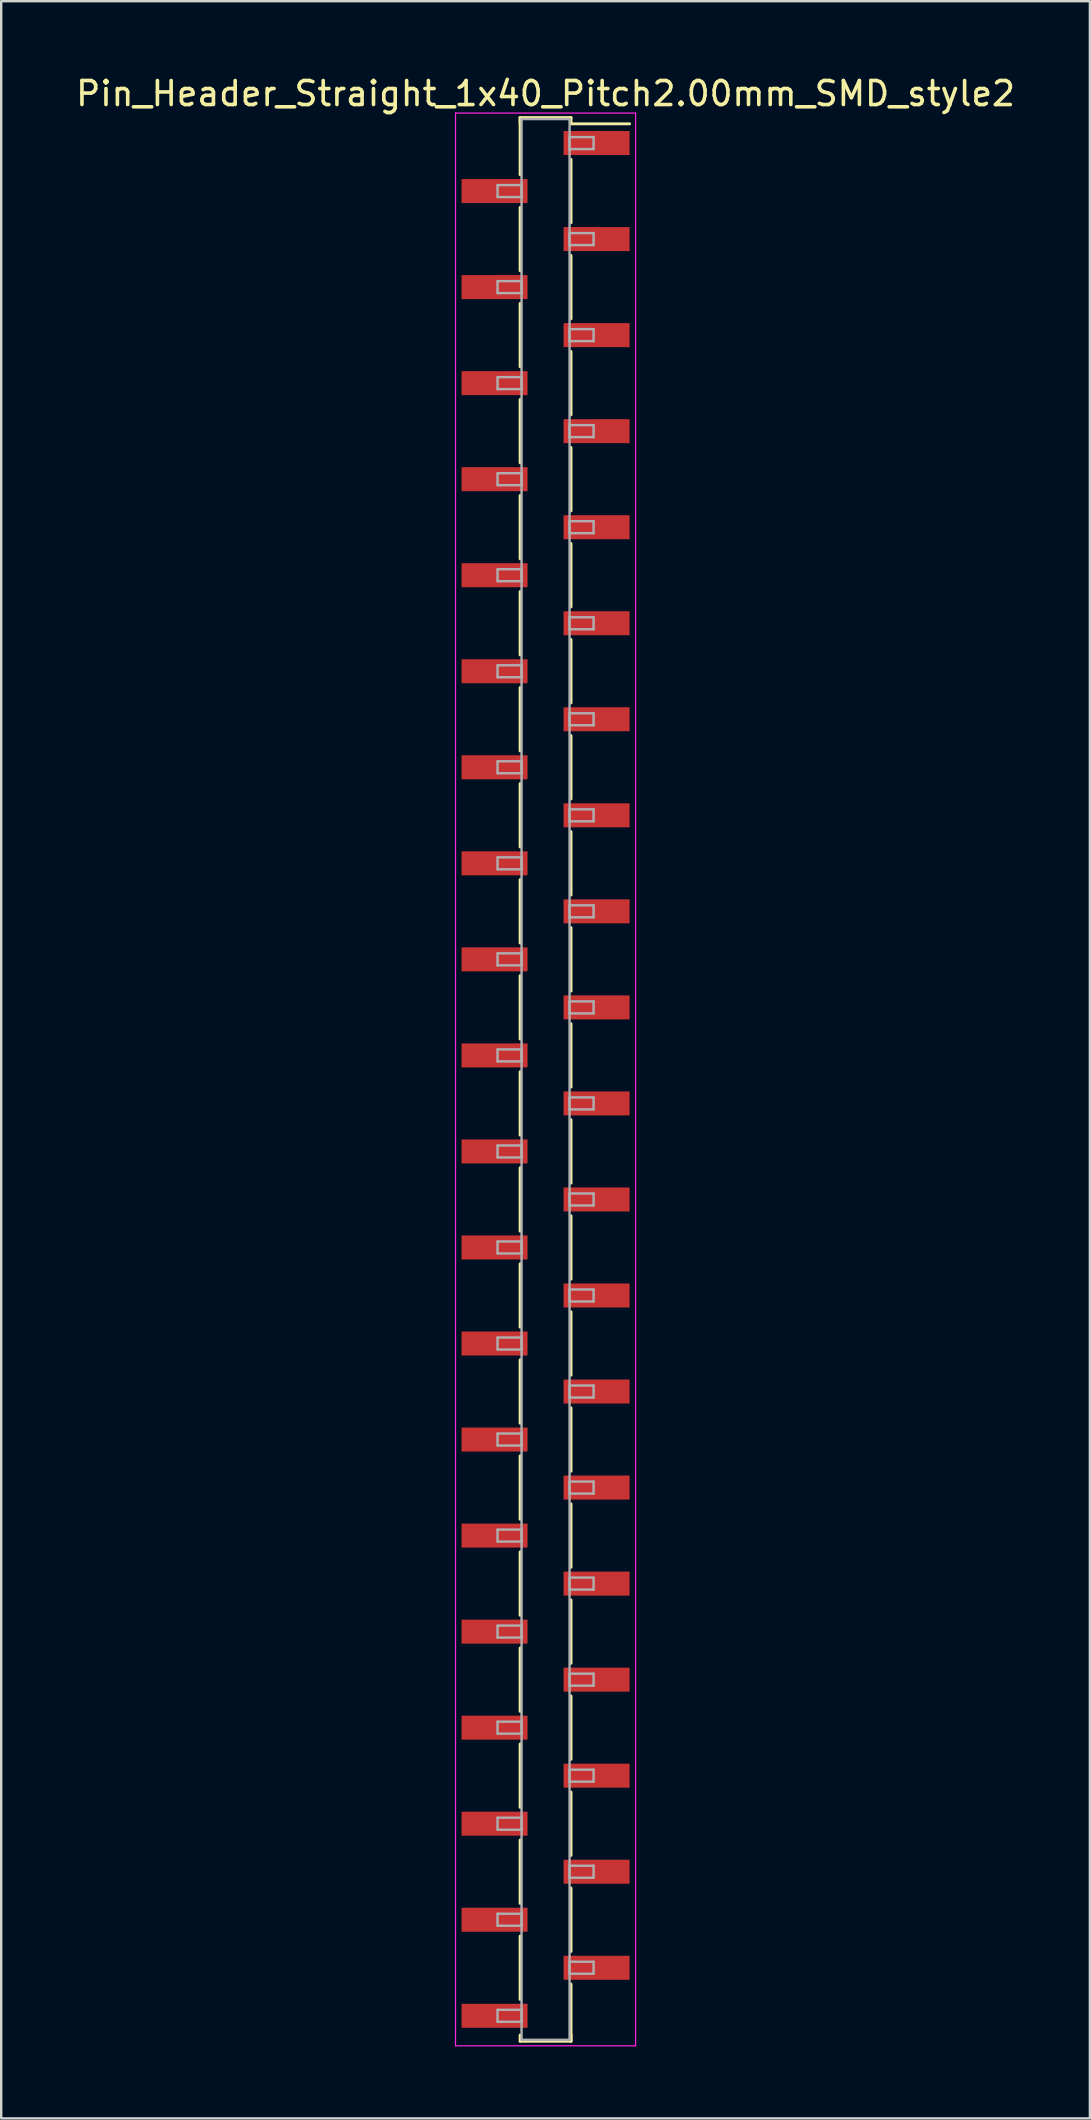
<source format=kicad_pcb>
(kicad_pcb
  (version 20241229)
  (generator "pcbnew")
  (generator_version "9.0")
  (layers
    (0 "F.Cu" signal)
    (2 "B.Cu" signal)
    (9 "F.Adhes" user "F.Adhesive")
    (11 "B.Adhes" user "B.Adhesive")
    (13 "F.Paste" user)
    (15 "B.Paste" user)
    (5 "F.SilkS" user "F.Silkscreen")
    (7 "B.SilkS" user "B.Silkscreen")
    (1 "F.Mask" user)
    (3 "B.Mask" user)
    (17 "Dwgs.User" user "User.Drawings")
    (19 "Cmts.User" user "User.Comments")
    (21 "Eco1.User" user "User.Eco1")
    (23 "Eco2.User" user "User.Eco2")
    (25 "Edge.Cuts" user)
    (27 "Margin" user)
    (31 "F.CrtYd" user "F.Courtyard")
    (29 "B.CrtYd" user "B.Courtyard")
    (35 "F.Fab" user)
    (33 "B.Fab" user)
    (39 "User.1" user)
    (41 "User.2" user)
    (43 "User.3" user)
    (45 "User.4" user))
  (footprint "Pin_Header_Straight_1x40_Pitch2.00mm_SMD_style2"
    (layer "F.Cu")
    (at 19.673 41.908)
    (property "Reference" "Pin_Header_Straight_1x40_Pitch2.00mm_SMD_style2" (at 0 -41.06 0) (layer "F.SilkS") (effects (font (size 1 1) (thickness 0.15))))
    (attr smd)
    (fp_line (start -1.06 -40.06) (end -1.06 -37.68) (stroke (width 0.12) (type solid)) (layer "F.SilkS"))
    (fp_line (start -1.06 -40.06) (end 1.06 -40.06) (stroke (width 0.12) (type solid)) (layer "F.SilkS"))
    (fp_line (start -1.06 -39.8) (end -1.06 -40.06) (stroke (width 0.12) (type solid)) (layer "F.SilkS"))
    (fp_line (start -1.06 -36.32) (end -1.06 -33.68) (stroke (width 0.12) (type solid)) (layer "F.SilkS"))
    (fp_line (start -1.06 -32.32) (end -1.06 -29.68) (stroke (width 0.12) (type solid)) (layer "F.SilkS"))
    (fp_line (start -1.06 -28.32) (end -1.06 -25.68) (stroke (width 0.12) (type solid)) (layer "F.SilkS"))
    (fp_line (start -1.06 -24.32) (end -1.06 -21.68) (stroke (width 0.12) (type solid)) (layer "F.SilkS"))
    (fp_line (start -1.06 -20.32) (end -1.06 -17.68) (stroke (width 0.12) (type solid)) (layer "F.SilkS"))
    (fp_line (start -1.06 -16.32) (end -1.06 -13.68) (stroke (width 0.12) (type solid)) (layer "F.SilkS"))
    (fp_line (start -1.06 -12.32) (end -1.06 -9.68) (stroke (width 0.12) (type solid)) (layer "F.SilkS"))
    (fp_line (start -1.06 -8.32) (end -1.06 -5.68) (stroke (width 0.12) (type solid)) (layer "F.SilkS"))
    (fp_line (start -1.06 -4.32) (end -1.06 -1.68) (stroke (width 0.12) (type solid)) (layer "F.SilkS"))
    (fp_line (start -1.06 -0.32) (end -1.06 2.32) (stroke (width 0.12) (type solid)) (layer "F.SilkS"))
    (fp_line (start -1.06 3.68) (end -1.06 6.32) (stroke (width 0.12) (type solid)) (layer "F.SilkS"))
    (fp_line (start -1.06 7.68) (end -1.06 10.32) (stroke (width 0.12) (type solid)) (layer "F.SilkS"))
    (fp_line (start -1.06 11.68) (end -1.06 14.32) (stroke (width 0.12) (type solid)) (layer "F.SilkS"))
    (fp_line (start -1.06 15.68) (end -1.06 18.32) (stroke (width 0.12) (type solid)) (layer "F.SilkS"))
    (fp_line (start -1.06 19.68) (end -1.06 22.32) (stroke (width 0.12) (type solid)) (layer "F.SilkS"))
    (fp_line (start -1.06 23.68) (end -1.06 26.32) (stroke (width 0.12) (type solid)) (layer "F.SilkS"))
    (fp_line (start -1.06 27.68) (end -1.06 30.32) (stroke (width 0.12) (type solid)) (layer "F.SilkS"))
    (fp_line (start -1.06 31.68) (end -1.06 34.32) (stroke (width 0.12) (type solid)) (layer "F.SilkS"))
    (fp_line (start -1.06 35.68) (end -1.06 38.32) (stroke (width 0.12) (type solid)) (layer "F.SilkS"))
    (fp_line (start -1.06 39.8) (end -1.06 40.06) (stroke (width 0.12) (type solid)) (layer "F.SilkS"))
    (fp_line (start -1.06 40.06) (end 1.06 40.06) (stroke (width 0.12) (type solid)) (layer "F.SilkS"))
    (fp_line (start 1.06 -40.06) (end 1.06 -39.8) (stroke (width 0.12) (type solid)) (layer "F.SilkS"))
    (fp_line (start 1.06 -39.8) (end 3.5 -39.8) (stroke (width 0.12) (type solid)) (layer "F.SilkS"))
    (fp_line (start 1.06 -38.32) (end 1.06 -35.68) (stroke (width 0.12) (type solid)) (layer "F.SilkS"))
    (fp_line (start 1.06 -34.32) (end 1.06 -31.68) (stroke (width 0.12) (type solid)) (layer "F.SilkS"))
    (fp_line (start 1.06 -30.32) (end 1.06 -27.68) (stroke (width 0.12) (type solid)) (layer "F.SilkS"))
    (fp_line (start 1.06 -26.32) (end 1.06 -23.68) (stroke (width 0.12) (type solid)) (layer "F.SilkS"))
    (fp_line (start 1.06 -22.32) (end 1.06 -19.68) (stroke (width 0.12) (type solid)) (layer "F.SilkS"))
    (fp_line (start 1.06 -18.32) (end 1.06 -15.68) (stroke (width 0.12) (type solid)) (layer "F.SilkS"))
    (fp_line (start 1.06 -14.32) (end 1.06 -11.68) (stroke (width 0.12) (type solid)) (layer "F.SilkS"))
    (fp_line (start 1.06 -10.32) (end 1.06 -7.68) (stroke (width 0.12) (type solid)) (layer "F.SilkS"))
    (fp_line (start 1.06 -6.32) (end 1.06 -3.68) (stroke (width 0.12) (type solid)) (layer "F.SilkS"))
    (fp_line (start 1.06 -2.32) (end 1.06 0.32) (stroke (width 0.12) (type solid)) (layer "F.SilkS"))
    (fp_line (start 1.06 1.68) (end 1.06 4.32) (stroke (width 0.12) (type solid)) (layer "F.SilkS"))
    (fp_line (start 1.06 5.68) (end 1.06 8.32) (stroke (width 0.12) (type solid)) (layer "F.SilkS"))
    (fp_line (start 1.06 9.68) (end 1.06 12.32) (stroke (width 0.12) (type solid)) (layer "F.SilkS"))
    (fp_line (start 1.06 13.68) (end 1.06 16.32) (stroke (width 0.12) (type solid)) (layer "F.SilkS"))
    (fp_line (start 1.06 17.68) (end 1.06 20.32) (stroke (width 0.12) (type solid)) (layer "F.SilkS"))
    (fp_line (start 1.06 21.68) (end 1.06 24.32) (stroke (width 0.12) (type solid)) (layer "F.SilkS"))
    (fp_line (start 1.06 25.68) (end 1.06 28.32) (stroke (width 0.12) (type solid)) (layer "F.SilkS"))
    (fp_line (start 1.06 29.68) (end 1.06 32.32) (stroke (width 0.12) (type solid)) (layer "F.SilkS"))
    (fp_line (start 1.06 33.68) (end 1.06 36.32) (stroke (width 0.12) (type solid)) (layer "F.SilkS"))
    (fp_line (start 1.06 37.68) (end 1.06 40.06) (stroke (width 0.12) (type solid)) (layer "F.SilkS"))
    (fp_line (start 1.06 40.06) (end 1.06 39.8) (stroke (width 0.12) (type solid)) (layer "F.SilkS"))
    (fp_line (start -3.75 -40.25) (end -3.75 40.25) (stroke (width 0.05) (type solid)) (layer "F.CrtYd"))
    (fp_line (start -3.75 40.25) (end 3.75 40.25) (stroke (width 0.05) (type solid)) (layer "F.CrtYd"))
    (fp_line (start 3.75 -40.25) (end -3.75 -40.25) (stroke (width 0.05) (type solid)) (layer "F.CrtYd"))
    (fp_line (start 3.75 40.25) (end 3.75 -40.25) (stroke (width 0.05) (type solid)) (layer "F.CrtYd"))
    (fp_line (start -2 -37.25) (end -1 -37.25) (stroke (width 0.1) (type solid)) (layer "F.Fab"))
    (fp_line (start -2 -36.75) (end -2 -37.25) (stroke (width 0.1) (type solid)) (layer "F.Fab"))
    (fp_line (start -2 -33.25) (end -1 -33.25) (stroke (width 0.1) (type solid)) (layer "F.Fab"))
    (fp_line (start -2 -32.75) (end -2 -33.25) (stroke (width 0.1) (type solid)) (layer "F.Fab"))
    (fp_line (start -2 -29.25) (end -1 -29.25) (stroke (width 0.1) (type solid)) (layer "F.Fab"))
    (fp_line (start -2 -28.75) (end -2 -29.25) (stroke (width 0.1) (type solid)) (layer "F.Fab"))
    (fp_line (start -2 -25.25) (end -1 -25.25) (stroke (width 0.1) (type solid)) (layer "F.Fab"))
    (fp_line (start -2 -24.75) (end -2 -25.25) (stroke (width 0.1) (type solid)) (layer "F.Fab"))
    (fp_line (start -2 -21.25) (end -1 -21.25) (stroke (width 0.1) (type solid)) (layer "F.Fab"))
    (fp_line (start -2 -20.75) (end -2 -21.25) (stroke (width 0.1) (type solid)) (layer "F.Fab"))
    (fp_line (start -2 -17.25) (end -1 -17.25) (stroke (width 0.1) (type solid)) (layer "F.Fab"))
    (fp_line (start -2 -16.75) (end -2 -17.25) (stroke (width 0.1) (type solid)) (layer "F.Fab"))
    (fp_line (start -2 -13.25) (end -1 -13.25) (stroke (width 0.1) (type solid)) (layer "F.Fab"))
    (fp_line (start -2 -12.75) (end -2 -13.25) (stroke (width 0.1) (type solid)) (layer "F.Fab"))
    (fp_line (start -2 -9.25) (end -1 -9.25) (stroke (width 0.1) (type solid)) (layer "F.Fab"))
    (fp_line (start -2 -8.75) (end -2 -9.25) (stroke (width 0.1) (type solid)) (layer "F.Fab"))
    (fp_line (start -2 -5.25) (end -1 -5.25) (stroke (width 0.1) (type solid)) (layer "F.Fab"))
    (fp_line (start -2 -4.75) (end -2 -5.25) (stroke (width 0.1) (type solid)) (layer "F.Fab"))
    (fp_line (start -2 -1.25) (end -1 -1.25) (stroke (width 0.1) (type solid)) (layer "F.Fab"))
    (fp_line (start -2 -0.75) (end -2 -1.25) (stroke (width 0.1) (type solid)) (layer "F.Fab"))
    (fp_line (start -2 2.75) (end -1 2.75) (stroke (width 0.1) (type solid)) (layer "F.Fab"))
    (fp_line (start -2 3.25) (end -2 2.75) (stroke (width 0.1) (type solid)) (layer "F.Fab"))
    (fp_line (start -2 6.75) (end -1 6.75) (stroke (width 0.1) (type solid)) (layer "F.Fab"))
    (fp_line (start -2 7.25) (end -2 6.75) (stroke (width 0.1) (type solid)) (layer "F.Fab"))
    (fp_line (start -2 10.75) (end -1 10.75) (stroke (width 0.1) (type solid)) (layer "F.Fab"))
    (fp_line (start -2 11.25) (end -2 10.75) (stroke (width 0.1) (type solid)) (layer "F.Fab"))
    (fp_line (start -2 14.75) (end -1 14.75) (stroke (width 0.1) (type solid)) (layer "F.Fab"))
    (fp_line (start -2 15.25) (end -2 14.75) (stroke (width 0.1) (type solid)) (layer "F.Fab"))
    (fp_line (start -2 18.75) (end -1 18.75) (stroke (width 0.1) (type solid)) (layer "F.Fab"))
    (fp_line (start -2 19.25) (end -2 18.75) (stroke (width 0.1) (type solid)) (layer "F.Fab"))
    (fp_line (start -2 22.75) (end -1 22.75) (stroke (width 0.1) (type solid)) (layer "F.Fab"))
    (fp_line (start -2 23.25) (end -2 22.75) (stroke (width 0.1) (type solid)) (layer "F.Fab"))
    (fp_line (start -2 26.75) (end -1 26.75) (stroke (width 0.1) (type solid)) (layer "F.Fab"))
    (fp_line (start -2 27.25) (end -2 26.75) (stroke (width 0.1) (type solid)) (layer "F.Fab"))
    (fp_line (start -2 30.75) (end -1 30.75) (stroke (width 0.1) (type solid)) (layer "F.Fab"))
    (fp_line (start -2 31.25) (end -2 30.75) (stroke (width 0.1) (type solid)) (layer "F.Fab"))
    (fp_line (start -2 34.75) (end -1 34.75) (stroke (width 0.1) (type solid)) (layer "F.Fab"))
    (fp_line (start -2 35.25) (end -2 34.75) (stroke (width 0.1) (type solid)) (layer "F.Fab"))
    (fp_line (start -2 38.75) (end -1 38.75) (stroke (width 0.1) (type solid)) (layer "F.Fab"))
    (fp_line (start -2 39.25) (end -2 38.75) (stroke (width 0.1) (type solid)) (layer "F.Fab"))
    (fp_line (start -1 -40) (end -1 40) (stroke (width 0.1) (type solid)) (layer "F.Fab"))
    (fp_line (start -1 -37.25) (end -1 -36.75) (stroke (width 0.1) (type solid)) (layer "F.Fab"))
    (fp_line (start -1 -36.75) (end -2 -36.75) (stroke (width 0.1) (type solid)) (layer "F.Fab"))
    (fp_line (start -1 -33.25) (end -1 -32.75) (stroke (width 0.1) (type solid)) (layer "F.Fab"))
    (fp_line (start -1 -32.75) (end -2 -32.75) (stroke (width 0.1) (type solid)) (layer "F.Fab"))
    (fp_line (start -1 -29.25) (end -1 -28.75) (stroke (width 0.1) (type solid)) (layer "F.Fab"))
    (fp_line (start -1 -28.75) (end -2 -28.75) (stroke (width 0.1) (type solid)) (layer "F.Fab"))
    (fp_line (start -1 -25.25) (end -1 -24.75) (stroke (width 0.1) (type solid)) (layer "F.Fab"))
    (fp_line (start -1 -24.75) (end -2 -24.75) (stroke (width 0.1) (type solid)) (layer "F.Fab"))
    (fp_line (start -1 -21.25) (end -1 -20.75) (stroke (width 0.1) (type solid)) (layer "F.Fab"))
    (fp_line (start -1 -20.75) (end -2 -20.75) (stroke (width 0.1) (type solid)) (layer "F.Fab"))
    (fp_line (start -1 -17.25) (end -1 -16.75) (stroke (width 0.1) (type solid)) (layer "F.Fab"))
    (fp_line (start -1 -16.75) (end -2 -16.75) (stroke (width 0.1) (type solid)) (layer "F.Fab"))
    (fp_line (start -1 -13.25) (end -1 -12.75) (stroke (width 0.1) (type solid)) (layer "F.Fab"))
    (fp_line (start -1 -12.75) (end -2 -12.75) (stroke (width 0.1) (type solid)) (layer "F.Fab"))
    (fp_line (start -1 -9.25) (end -1 -8.75) (stroke (width 0.1) (type solid)) (layer "F.Fab"))
    (fp_line (start -1 -8.75) (end -2 -8.75) (stroke (width 0.1) (type solid)) (layer "F.Fab"))
    (fp_line (start -1 -5.25) (end -1 -4.75) (stroke (width 0.1) (type solid)) (layer "F.Fab"))
    (fp_line (start -1 -4.75) (end -2 -4.75) (stroke (width 0.1) (type solid)) (layer "F.Fab"))
    (fp_line (start -1 -1.25) (end -1 -0.75) (stroke (width 0.1) (type solid)) (layer "F.Fab"))
    (fp_line (start -1 -0.75) (end -2 -0.75) (stroke (width 0.1) (type solid)) (layer "F.Fab"))
    (fp_line (start -1 2.75) (end -1 3.25) (stroke (width 0.1) (type solid)) (layer "F.Fab"))
    (fp_line (start -1 3.25) (end -2 3.25) (stroke (width 0.1) (type solid)) (layer "F.Fab"))
    (fp_line (start -1 6.75) (end -1 7.25) (stroke (width 0.1) (type solid)) (layer "F.Fab"))
    (fp_line (start -1 7.25) (end -2 7.25) (stroke (width 0.1) (type solid)) (layer "F.Fab"))
    (fp_line (start -1 10.75) (end -1 11.25) (stroke (width 0.1) (type solid)) (layer "F.Fab"))
    (fp_line (start -1 11.25) (end -2 11.25) (stroke (width 0.1) (type solid)) (layer "F.Fab"))
    (fp_line (start -1 14.75) (end -1 15.25) (stroke (width 0.1) (type solid)) (layer "F.Fab"))
    (fp_line (start -1 15.25) (end -2 15.25) (stroke (width 0.1) (type solid)) (layer "F.Fab"))
    (fp_line (start -1 18.75) (end -1 19.25) (stroke (width 0.1) (type solid)) (layer "F.Fab"))
    (fp_line (start -1 19.25) (end -2 19.25) (stroke (width 0.1) (type solid)) (layer "F.Fab"))
    (fp_line (start -1 22.75) (end -1 23.25) (stroke (width 0.1) (type solid)) (layer "F.Fab"))
    (fp_line (start -1 23.25) (end -2 23.25) (stroke (width 0.1) (type solid)) (layer "F.Fab"))
    (fp_line (start -1 26.75) (end -1 27.25) (stroke (width 0.1) (type solid)) (layer "F.Fab"))
    (fp_line (start -1 27.25) (end -2 27.25) (stroke (width 0.1) (type solid)) (layer "F.Fab"))
    (fp_line (start -1 30.75) (end -1 31.25) (stroke (width 0.1) (type solid)) (layer "F.Fab"))
    (fp_line (start -1 31.25) (end -2 31.25) (stroke (width 0.1) (type solid)) (layer "F.Fab"))
    (fp_line (start -1 34.75) (end -1 35.25) (stroke (width 0.1) (type solid)) (layer "F.Fab"))
    (fp_line (start -1 35.25) (end -2 35.25) (stroke (width 0.1) (type solid)) (layer "F.Fab"))
    (fp_line (start -1 38.75) (end -1 39.25) (stroke (width 0.1) (type solid)) (layer "F.Fab"))
    (fp_line (start -1 39.25) (end -2 39.25) (stroke (width 0.1) (type solid)) (layer "F.Fab"))
    (fp_line (start -1 40) (end 1 40) (stroke (width 0.1) (type solid)) (layer "F.Fab"))
    (fp_line (start 1 -40) (end -1 -40) (stroke (width 0.1) (type solid)) (layer "F.Fab"))
    (fp_line (start 1 -39.25) (end 1 -38.75) (stroke (width 0.1) (type solid)) (layer "F.Fab"))
    (fp_line (start 1 -38.75) (end 2 -38.75) (stroke (width 0.1) (type solid)) (layer "F.Fab"))
    (fp_line (start 1 -35.25) (end 1 -34.75) (stroke (width 0.1) (type solid)) (layer "F.Fab"))
    (fp_line (start 1 -34.75) (end 2 -34.75) (stroke (width 0.1) (type solid)) (layer "F.Fab"))
    (fp_line (start 1 -31.25) (end 1 -30.75) (stroke (width 0.1) (type solid)) (layer "F.Fab"))
    (fp_line (start 1 -30.75) (end 2 -30.75) (stroke (width 0.1) (type solid)) (layer "F.Fab"))
    (fp_line (start 1 -27.25) (end 1 -26.75) (stroke (width 0.1) (type solid)) (layer "F.Fab"))
    (fp_line (start 1 -26.75) (end 2 -26.75) (stroke (width 0.1) (type solid)) (layer "F.Fab"))
    (fp_line (start 1 -23.25) (end 1 -22.75) (stroke (width 0.1) (type solid)) (layer "F.Fab"))
    (fp_line (start 1 -22.75) (end 2 -22.75) (stroke (width 0.1) (type solid)) (layer "F.Fab"))
    (fp_line (start 1 -19.25) (end 1 -18.75) (stroke (width 0.1) (type solid)) (layer "F.Fab"))
    (fp_line (start 1 -18.75) (end 2 -18.75) (stroke (width 0.1) (type solid)) (layer "F.Fab"))
    (fp_line (start 1 -15.25) (end 1 -14.75) (stroke (width 0.1) (type solid)) (layer "F.Fab"))
    (fp_line (start 1 -14.75) (end 2 -14.75) (stroke (width 0.1) (type solid)) (layer "F.Fab"))
    (fp_line (start 1 -11.25) (end 1 -10.75) (stroke (width 0.1) (type solid)) (layer "F.Fab"))
    (fp_line (start 1 -10.75) (end 2 -10.75) (stroke (width 0.1) (type solid)) (layer "F.Fab"))
    (fp_line (start 1 -7.25) (end 1 -6.75) (stroke (width 0.1) (type solid)) (layer "F.Fab"))
    (fp_line (start 1 -6.75) (end 2 -6.75) (stroke (width 0.1) (type solid)) (layer "F.Fab"))
    (fp_line (start 1 -3.25) (end 1 -2.75) (stroke (width 0.1) (type solid)) (layer "F.Fab"))
    (fp_line (start 1 -2.75) (end 2 -2.75) (stroke (width 0.1) (type solid)) (layer "F.Fab"))
    (fp_line (start 1 0.75) (end 1 1.25) (stroke (width 0.1) (type solid)) (layer "F.Fab"))
    (fp_line (start 1 1.25) (end 2 1.25) (stroke (width 0.1) (type solid)) (layer "F.Fab"))
    (fp_line (start 1 4.75) (end 1 5.25) (stroke (width 0.1) (type solid)) (layer "F.Fab"))
    (fp_line (start 1 5.25) (end 2 5.25) (stroke (width 0.1) (type solid)) (layer "F.Fab"))
    (fp_line (start 1 8.75) (end 1 9.25) (stroke (width 0.1) (type solid)) (layer "F.Fab"))
    (fp_line (start 1 9.25) (end 2 9.25) (stroke (width 0.1) (type solid)) (layer "F.Fab"))
    (fp_line (start 1 12.75) (end 1 13.25) (stroke (width 0.1) (type solid)) (layer "F.Fab"))
    (fp_line (start 1 13.25) (end 2 13.25) (stroke (width 0.1) (type solid)) (layer "F.Fab"))
    (fp_line (start 1 16.75) (end 1 17.25) (stroke (width 0.1) (type solid)) (layer "F.Fab"))
    (fp_line (start 1 17.25) (end 2 17.25) (stroke (width 0.1) (type solid)) (layer "F.Fab"))
    (fp_line (start 1 20.75) (end 1 21.25) (stroke (width 0.1) (type solid)) (layer "F.Fab"))
    (fp_line (start 1 21.25) (end 2 21.25) (stroke (width 0.1) (type solid)) (layer "F.Fab"))
    (fp_line (start 1 24.75) (end 1 25.25) (stroke (width 0.1) (type solid)) (layer "F.Fab"))
    (fp_line (start 1 25.25) (end 2 25.25) (stroke (width 0.1) (type solid)) (layer "F.Fab"))
    (fp_line (start 1 28.75) (end 1 29.25) (stroke (width 0.1) (type solid)) (layer "F.Fab"))
    (fp_line (start 1 29.25) (end 2 29.25) (stroke (width 0.1) (type solid)) (layer "F.Fab"))
    (fp_line (start 1 32.75) (end 1 33.25) (stroke (width 0.1) (type solid)) (layer "F.Fab"))
    (fp_line (start 1 33.25) (end 2 33.25) (stroke (width 0.1) (type solid)) (layer "F.Fab"))
    (fp_line (start 1 36.75) (end 1 37.25) (stroke (width 0.1) (type solid)) (layer "F.Fab"))
    (fp_line (start 1 37.25) (end 2 37.25) (stroke (width 0.1) (type solid)) (layer "F.Fab"))
    (fp_line (start 1 40) (end 1 -40) (stroke (width 0.1) (type solid)) (layer "F.Fab"))
    (fp_line (start 2 -39.25) (end 1 -39.25) (stroke (width 0.1) (type solid)) (layer "F.Fab"))
    (fp_line (start 2 -38.75) (end 2 -39.25) (stroke (width 0.1) (type solid)) (layer "F.Fab"))
    (fp_line (start 2 -35.25) (end 1 -35.25) (stroke (width 0.1) (type solid)) (layer "F.Fab"))
    (fp_line (start 2 -34.75) (end 2 -35.25) (stroke (width 0.1) (type solid)) (layer "F.Fab"))
    (fp_line (start 2 -31.25) (end 1 -31.25) (stroke (width 0.1) (type solid)) (layer "F.Fab"))
    (fp_line (start 2 -30.75) (end 2 -31.25) (stroke (width 0.1) (type solid)) (layer "F.Fab"))
    (fp_line (start 2 -27.25) (end 1 -27.25) (stroke (width 0.1) (type solid)) (layer "F.Fab"))
    (fp_line (start 2 -26.75) (end 2 -27.25) (stroke (width 0.1) (type solid)) (layer "F.Fab"))
    (fp_line (start 2 -23.25) (end 1 -23.25) (stroke (width 0.1) (type solid)) (layer "F.Fab"))
    (fp_line (start 2 -22.75) (end 2 -23.25) (stroke (width 0.1) (type solid)) (layer "F.Fab"))
    (fp_line (start 2 -19.25) (end 1 -19.25) (stroke (width 0.1) (type solid)) (layer "F.Fab"))
    (fp_line (start 2 -18.75) (end 2 -19.25) (stroke (width 0.1) (type solid)) (layer "F.Fab"))
    (fp_line (start 2 -15.25) (end 1 -15.25) (stroke (width 0.1) (type solid)) (layer "F.Fab"))
    (fp_line (start 2 -14.75) (end 2 -15.25) (stroke (width 0.1) (type solid)) (layer "F.Fab"))
    (fp_line (start 2 -11.25) (end 1 -11.25) (stroke (width 0.1) (type solid)) (layer "F.Fab"))
    (fp_line (start 2 -10.75) (end 2 -11.25) (stroke (width 0.1) (type solid)) (layer "F.Fab"))
    (fp_line (start 2 -7.25) (end 1 -7.25) (stroke (width 0.1) (type solid)) (layer "F.Fab"))
    (fp_line (start 2 -6.75) (end 2 -7.25) (stroke (width 0.1) (type solid)) (layer "F.Fab"))
    (fp_line (start 2 -3.25) (end 1 -3.25) (stroke (width 0.1) (type solid)) (layer "F.Fab"))
    (fp_line (start 2 -2.75) (end 2 -3.25) (stroke (width 0.1) (type solid)) (layer "F.Fab"))
    (fp_line (start 2 0.75) (end 1 0.75) (stroke (width 0.1) (type solid)) (layer "F.Fab"))
    (fp_line (start 2 1.25) (end 2 0.75) (stroke (width 0.1) (type solid)) (layer "F.Fab"))
    (fp_line (start 2 4.75) (end 1 4.75) (stroke (width 0.1) (type solid)) (layer "F.Fab"))
    (fp_line (start 2 5.25) (end 2 4.75) (stroke (width 0.1) (type solid)) (layer "F.Fab"))
    (fp_line (start 2 8.75) (end 1 8.75) (stroke (width 0.1) (type solid)) (layer "F.Fab"))
    (fp_line (start 2 9.25) (end 2 8.75) (stroke (width 0.1) (type solid)) (layer "F.Fab"))
    (fp_line (start 2 12.75) (end 1 12.75) (stroke (width 0.1) (type solid)) (layer "F.Fab"))
    (fp_line (start 2 13.25) (end 2 12.75) (stroke (width 0.1) (type solid)) (layer "F.Fab"))
    (fp_line (start 2 16.75) (end 1 16.75) (stroke (width 0.1) (type solid)) (layer "F.Fab"))
    (fp_line (start 2 17.25) (end 2 16.75) (stroke (width 0.1) (type solid)) (layer "F.Fab"))
    (fp_line (start 2 20.75) (end 1 20.75) (stroke (width 0.1) (type solid)) (layer "F.Fab"))
    (fp_line (start 2 21.25) (end 2 20.75) (stroke (width 0.1) (type solid)) (layer "F.Fab"))
    (fp_line (start 2 24.75) (end 1 24.75) (stroke (width 0.1) (type solid)) (layer "F.Fab"))
    (fp_line (start 2 25.25) (end 2 24.75) (stroke (width 0.1) (type solid)) (layer "F.Fab"))
    (fp_line (start 2 28.75) (end 1 28.75) (stroke (width 0.1) (type solid)) (layer "F.Fab"))
    (fp_line (start 2 29.25) (end 2 28.75) (stroke (width 0.1) (type solid)) (layer "F.Fab"))
    (fp_line (start 2 32.75) (end 1 32.75) (stroke (width 0.1) (type solid)) (layer "F.Fab"))
    (fp_line (start 2 33.25) (end 2 32.75) (stroke (width 0.1) (type solid)) (layer "F.Fab"))
    (fp_line (start 2 36.75) (end 1 36.75) (stroke (width 0.1) (type solid)) (layer "F.Fab"))
    (fp_line (start 2 37.25) (end 2 36.75) (stroke (width 0.1) (type solid)) (layer "F.Fab"))
    (pad "1" smd rect (at 2.125 -39) (size 2.75 1) (layers "F.Cu" "F.Mask"))
    (pad "2" smd rect (at -2.125 -37) (size 2.75 1) (layers "F.Cu" "F.Mask"))
    (pad "3" smd rect (at 2.125 -35) (size 2.75 1) (layers "F.Cu" "F.Mask"))
    (pad "4" smd rect (at -2.125 -33) (size 2.75 1) (layers "F.Cu" "F.Mask"))
    (pad "5" smd rect (at 2.125 -31) (size 2.75 1) (layers "F.Cu" "F.Mask"))
    (pad "6" smd rect (at -2.125 -29) (size 2.75 1) (layers "F.Cu" "F.Mask"))
    (pad "7" smd rect (at 2.125 -27) (size 2.75 1) (layers "F.Cu" "F.Mask"))
    (pad "8" smd rect (at -2.125 -25) (size 2.75 1) (layers "F.Cu" "F.Mask"))
    (pad "9" smd rect (at 2.125 -23) (size 2.75 1) (layers "F.Cu" "F.Mask"))
    (pad "10" smd rect (at -2.125 -21) (size 2.75 1) (layers "F.Cu" "F.Mask"))
    (pad "11" smd rect (at 2.125 -19) (size 2.75 1) (layers "F.Cu" "F.Mask"))
    (pad "12" smd rect (at -2.125 -17) (size 2.75 1) (layers "F.Cu" "F.Mask"))
    (pad "13" smd rect (at 2.125 -15) (size 2.75 1) (layers "F.Cu" "F.Mask"))
    (pad "14" smd rect (at -2.125 -13) (size 2.75 1) (layers "F.Cu" "F.Mask"))
    (pad "15" smd rect (at 2.125 -11) (size 2.75 1) (layers "F.Cu" "F.Mask"))
    (pad "16" smd rect (at -2.125 -9) (size 2.75 1) (layers "F.Cu" "F.Mask"))
    (pad "17" smd rect (at 2.125 -7) (size 2.75 1) (layers "F.Cu" "F.Mask"))
    (pad "18" smd rect (at -2.125 -5) (size 2.75 1) (layers "F.Cu" "F.Mask"))
    (pad "19" smd rect (at 2.125 -3) (size 2.75 1) (layers "F.Cu" "F.Mask"))
    (pad "20" smd rect (at -2.125 -1) (size 2.75 1) (layers "F.Cu" "F.Mask"))
    (pad "21" smd rect (at 2.125 1) (size 2.75 1) (layers "F.Cu" "F.Mask"))
    (pad "22" smd rect (at -2.125 3) (size 2.75 1) (layers "F.Cu" "F.Mask"))
    (pad "23" smd rect (at 2.125 5) (size 2.75 1) (layers "F.Cu" "F.Mask"))
    (pad "24" smd rect (at -2.125 7) (size 2.75 1) (layers "F.Cu" "F.Mask"))
    (pad "25" smd rect (at 2.125 9) (size 2.75 1) (layers "F.Cu" "F.Mask"))
    (pad "26" smd rect (at -2.125 11) (size 2.75 1) (layers "F.Cu" "F.Mask"))
    (pad "27" smd rect (at 2.125 13) (size 2.75 1) (layers "F.Cu" "F.Mask"))
    (pad "28" smd rect (at -2.125 15) (size 2.75 1) (layers "F.Cu" "F.Mask"))
    (pad "29" smd rect (at 2.125 17) (size 2.75 1) (layers "F.Cu" "F.Mask"))
    (pad "30" smd rect (at -2.125 19) (size 2.75 1) (layers "F.Cu" "F.Mask"))
    (pad "31" smd rect (at 2.125 21) (size 2.75 1) (layers "F.Cu" "F.Mask"))
    (pad "32" smd rect (at -2.125 23) (size 2.75 1) (layers "F.Cu" "F.Mask"))
    (pad "33" smd rect (at 2.125 25) (size 2.75 1) (layers "F.Cu" "F.Mask"))
    (pad "34" smd rect (at -2.125 27) (size 2.75 1) (layers "F.Cu" "F.Mask"))
    (pad "35" smd rect (at 2.125 29) (size 2.75 1) (layers "F.Cu" "F.Mask"))
    (pad "36" smd rect (at -2.125 31) (size 2.75 1) (layers "F.Cu" "F.Mask"))
    (pad "37" smd rect (at 2.125 33) (size 2.75 1) (layers "F.Cu" "F.Mask"))
    (pad "38" smd rect (at -2.125 35) (size 2.75 1) (layers "F.Cu" "F.Mask"))
    (pad "39" smd rect (at 2.125 37) (size 2.75 1) (layers "F.Cu" "F.Mask"))
    (pad "40" smd rect (at -2.125 39) (size 2.75 1) (layers "F.Cu" "F.Mask")))
  (gr_rect
    (start -3 -3)
    (end 42.345 85.183)
    (stroke (width 0.1) (type default))
    (fill no)
    (layer "Edge.Cuts")))
</source>
